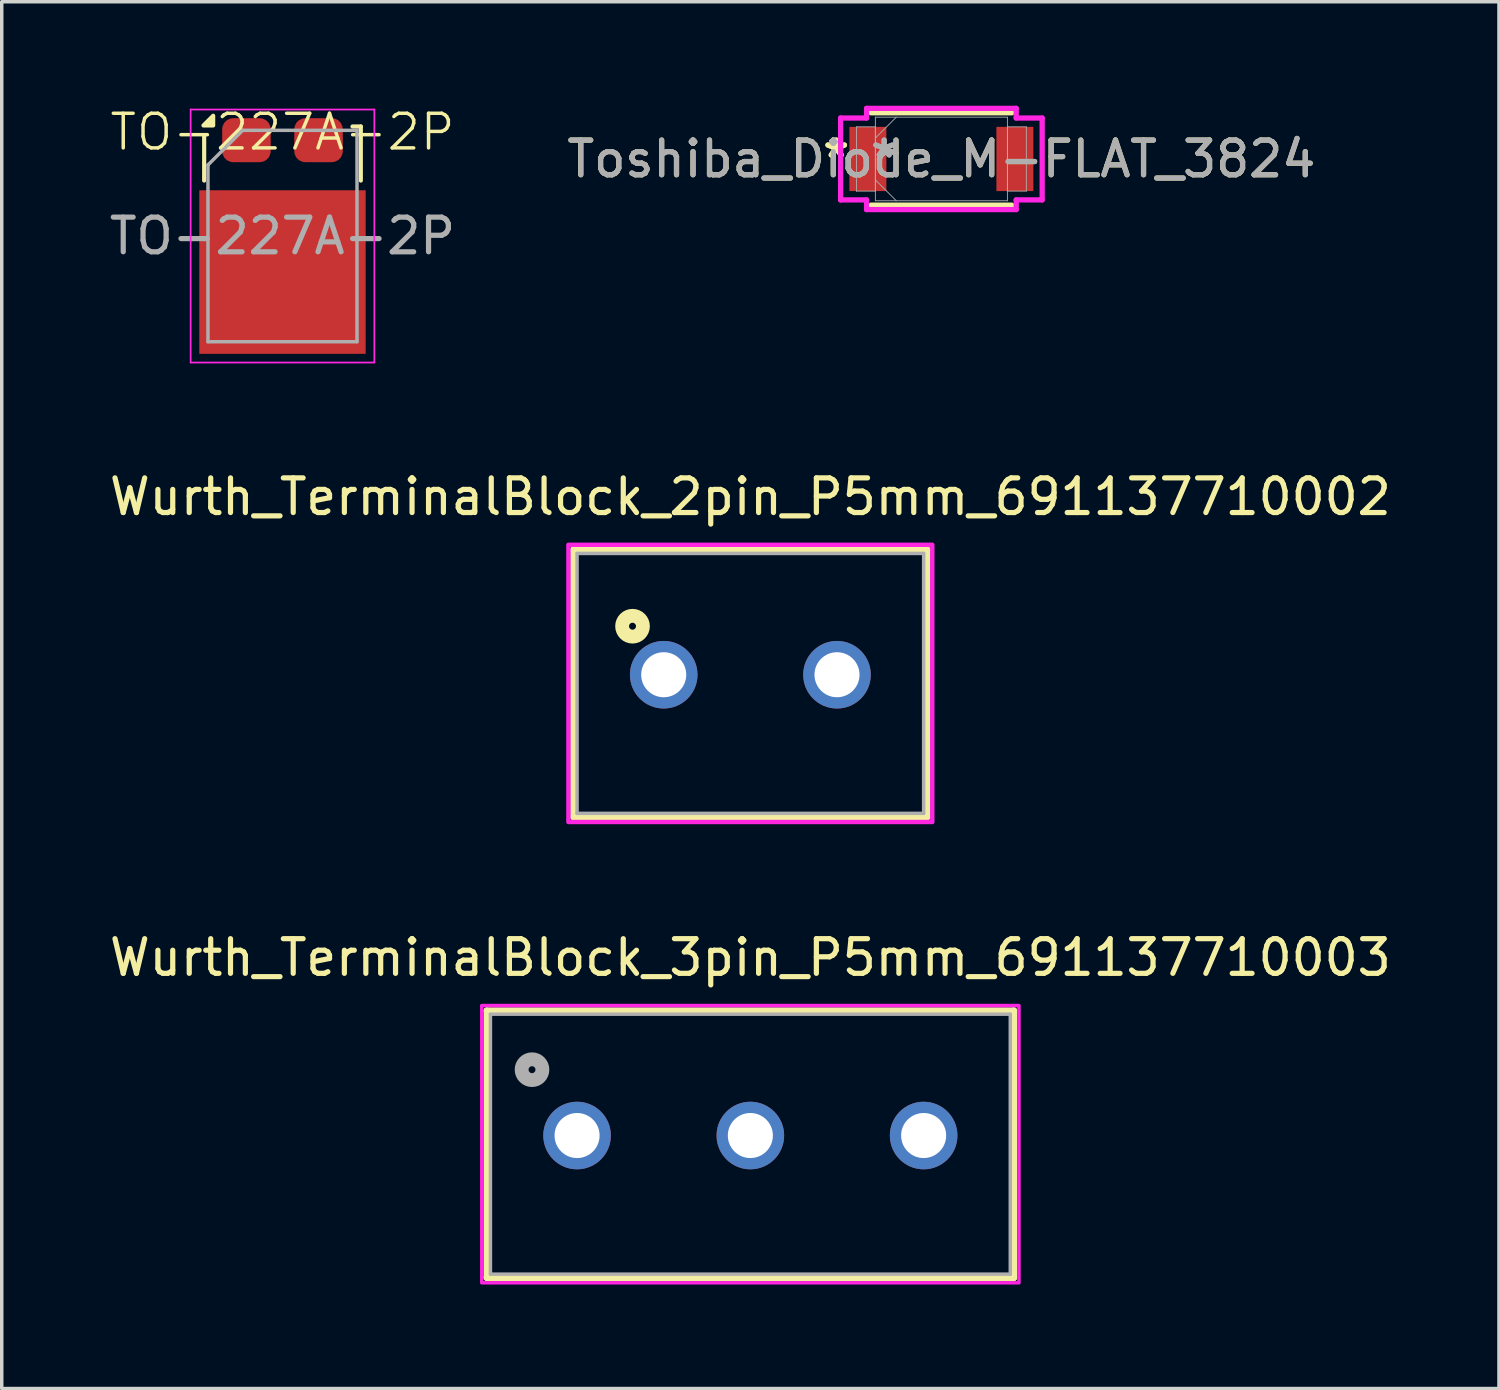
<source format=kicad_pcb>
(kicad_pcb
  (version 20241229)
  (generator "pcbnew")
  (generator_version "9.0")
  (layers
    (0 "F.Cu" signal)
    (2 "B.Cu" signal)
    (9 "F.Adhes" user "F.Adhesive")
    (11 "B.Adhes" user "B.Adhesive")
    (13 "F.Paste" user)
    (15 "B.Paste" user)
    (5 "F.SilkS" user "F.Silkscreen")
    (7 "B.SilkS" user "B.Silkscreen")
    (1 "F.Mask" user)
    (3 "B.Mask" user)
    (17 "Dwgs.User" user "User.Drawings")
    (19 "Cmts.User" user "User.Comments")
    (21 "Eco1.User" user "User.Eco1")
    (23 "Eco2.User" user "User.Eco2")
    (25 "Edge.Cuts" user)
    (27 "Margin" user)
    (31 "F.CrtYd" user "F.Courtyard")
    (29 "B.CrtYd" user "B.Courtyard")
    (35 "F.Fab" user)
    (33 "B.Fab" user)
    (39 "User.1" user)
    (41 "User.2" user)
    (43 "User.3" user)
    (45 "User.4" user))
  (footprint "Wurth_TerminalBlock_2pin_P5mm_691137710002"
    (layer "F.Cu")
    (at 18.601 16.419)
    (property "Reference" "Wurth_TerminalBlock_2pin_P5mm_691137710002" (at 0 -5.135 0) (layer "F.SilkS") (effects (font (size 1 1) (thickness 0.15))))
    (attr through_hole)
    (fp_line (start -5.1 -3.6) (end 5.1 -3.6) (stroke (width 0.2) (type solid)) (layer "F.SilkS"))
    (fp_line (start -5.1 4.1) (end -5.1 -3.6) (stroke (width 0.2) (type solid)) (layer "F.SilkS"))
    (fp_line (start 5.1 -3.6) (end 5.1 4.1) (stroke (width 0.2) (type solid)) (layer "F.SilkS"))
    (fp_line (start 5.1 4.1) (end -5.1 4.1) (stroke (width 0.2) (type solid)) (layer "F.SilkS"))
    (fp_circle (center -3.4 -1.4) (end -3.3 -1.4) (stroke (width 0.4) (type solid)) (fill no) (layer "F.SilkS"))
    (fp_poly (pts (xy -5.25 -3.75) (xy 5.25 -3.75) (xy 5.25 4.25) (xy -5.25 4.25)) (stroke (width 0.127) (type solid)) (fill no) (layer "F.CrtYd"))
    (fp_line (start -5 -3.5) (end 5 -3.5) (stroke (width 0.1) (type solid)) (layer "F.Fab"))
    (fp_line (start -5 4) (end -5 -3.5) (stroke (width 0.1) (type solid)) (layer "F.Fab"))
    (fp_line (start 5 -3.5) (end 5 4) (stroke (width 0.1) (type solid)) (layer "F.Fab"))
    (fp_line (start 5 4) (end -5 4) (stroke (width 0.1) (type solid)) (layer "F.Fab"))
    (pad "1" thru_hole circle (at -2.5 0) (size 1.95 1.95) (drill 1.3) (layers "*.Cu" "*.Mask"))
    (pad "2" thru_hole circle (at 2.5 0) (size 1.95 1.95) (drill 1.3) (layers "*.Cu" "*.Mask")))
  (footprint "Toshiba_Diode_M-FLAT_3824"
    (layer "F.Cu")
    (at 24.113 1.537)
    (property "Reference" "Toshiba_Diode_M-FLAT_3824" (at 0 0 0) (unlocked yes) (layer "F.SilkS") (effects (font (size 1 1) (thickness 0.15))))
    (attr smd)
    (fp_line (start -2.032 1.333) (end 2.032 1.333) (stroke (width 0.152) (type solid)) (layer "F.SilkS"))
    (fp_line (start 2.032 -1.333) (end -2.032 -1.333) (stroke (width 0.152) (type solid)) (layer "F.SilkS"))
    (fp_line (start -2.908 -1.181) (end -2.159 -1.181) (stroke (width 0.152) (type solid)) (layer "F.CrtYd"))
    (fp_line (start -2.908 1.181) (end -2.908 -1.181) (stroke (width 0.152) (type solid)) (layer "F.CrtYd"))
    (fp_line (start -2.159 -1.46) (end 2.159 -1.46) (stroke (width 0.152) (type solid)) (layer "F.CrtYd"))
    (fp_line (start -2.159 -1.181) (end -2.159 -1.46) (stroke (width 0.152) (type solid)) (layer "F.CrtYd"))
    (fp_line (start -2.159 1.181) (end -2.908 1.181) (stroke (width 0.152) (type solid)) (layer "F.CrtYd"))
    (fp_line (start -2.159 1.46) (end -2.159 1.181) (stroke (width 0.152) (type solid)) (layer "F.CrtYd"))
    (fp_line (start 2.159 -1.46) (end 2.159 -1.181) (stroke (width 0.152) (type solid)) (layer "F.CrtYd"))
    (fp_line (start 2.159 -1.181) (end 2.908 -1.181) (stroke (width 0.152) (type solid)) (layer "F.CrtYd"))
    (fp_line (start 2.159 1.181) (end 2.159 1.46) (stroke (width 0.152) (type solid)) (layer "F.CrtYd"))
    (fp_line (start 2.159 1.46) (end -2.159 1.46) (stroke (width 0.152) (type solid)) (layer "F.CrtYd"))
    (fp_line (start 2.908 -1.181) (end 2.908 1.181) (stroke (width 0.152) (type solid)) (layer "F.CrtYd"))
    (fp_line (start 2.908 1.181) (end 2.159 1.181) (stroke (width 0.152) (type solid)) (layer "F.CrtYd"))
    (fp_line (start -2.451 -0.927) (end -2.451 0.927) (stroke (width 0.025) (type solid)) (layer "F.Fab"))
    (fp_line (start -2.451 0.927) (end -1.905 0.927) (stroke (width 0.025) (type solid)) (layer "F.Fab"))
    (fp_line (start -1.905 -1.206) (end -1.905 1.206) (stroke (width 0.025) (type solid)) (layer "F.Fab"))
    (fp_line (start -1.905 -0.927) (end -2.451 -0.927) (stroke (width 0.025) (type solid)) (layer "F.Fab"))
    (fp_line (start -1.905 -0.603) (end -1.302 -1.206) (stroke (width 0.025) (type solid)) (layer "F.Fab"))
    (fp_line (start -1.905 0.603) (end -1.302 1.206) (stroke (width 0.025) (type solid)) (layer "F.Fab"))
    (fp_line (start -1.905 0.927) (end -1.905 -0.927) (stroke (width 0.025) (type solid)) (layer "F.Fab"))
    (fp_line (start -1.905 1.206) (end 1.905 1.206) (stroke (width 0.025) (type solid)) (layer "F.Fab"))
    (fp_line (start 1.905 -1.206) (end -1.905 -1.206) (stroke (width 0.025) (type solid)) (layer "F.Fab"))
    (fp_line (start 1.905 -0.927) (end 1.905 0.927) (stroke (width 0.025) (type solid)) (layer "F.Fab"))
    (fp_line (start 1.905 0.927) (end 2.451 0.927) (stroke (width 0.025) (type solid)) (layer "F.Fab"))
    (fp_line (start 1.905 1.206) (end 1.905 -1.206) (stroke (width 0.025) (type solid)) (layer "F.Fab"))
    (fp_line (start 2.451 -0.927) (end 1.905 -0.927) (stroke (width 0.025) (type solid)) (layer "F.Fab"))
    (fp_line (start 2.451 0.927) (end 2.451 -0.927) (stroke (width 0.025) (type solid)) (layer "F.Fab"))
    (fp_text user "*" (at -3.035 0 0) (layer "F.SilkS") (effects (font (size 1 1) (thickness 0.15))))
    (fp_text user "*" (at -3.035 0 0) (unlocked yes) (layer "F.SilkS") (effects (font (size 1 1) (thickness 0.15))))
    (fp_text user "${REFERENCE}" (at 0 0 0) (unlocked yes) (layer "F.Fab") (effects (font (size 1 1) (thickness 0.15))))
    (fp_text user "*" (at -1.651 0 0) (unlocked yes) (layer "F.Fab") (effects (font (size 1 1) (thickness 0.15))))
    (fp_text user "*" (at -1.651 0 0) (layer "F.Fab") (effects (font (size 1 1) (thickness 0.15))))
    (pad "1" smd rect (at -2.121 0) (size 1.067 1.854) (layers "F.Cu" "F.Mask" "F.Paste"))
    (pad "2" smd rect (at 2.121 0) (size 1.067 1.854) (layers "F.Cu" "F.Mask" "F.Paste"))
    (zone (net_name "") (layer "F.Cu") (hatch full 0.508) (connect_pads) (min_thickness 0.254) (filled_areas_thickness no) (keepout (tracks not_allowed) (vias not_allowed) (pads allowed) (copperpour not_allowed) (footprints allowed)) (placement (enabled no)) (fill) (polygon (pts (xy 22.576 0.381) (xy 25.65 0.381) (xy 25.65 2.692) (xy 22.576 2.692)))))
  (footprint "TO-227A-2P"
    (layer "F.Cu")
    (at 5.101 1.26)
    (property "Reference" "TO-227A-2P" (at 0 -0.5 0) (unlocked yes) (layer "F.SilkS") (effects (font (size 1 1) (thickness 0.1))))
    (attr smd)
    (fp_line (start -2.26 -0.37) (end -2.26 0.9) (stroke (width 0.12) (type solid)) (layer "F.SilkS"))
    (fp_line (start 2.26 -0.66) (end 2.02 -0.66) (stroke (width 0.12) (type solid)) (layer "F.SilkS"))
    (fp_line (start 2.26 -0.66) (end 2.26 0.9) (stroke (width 0.12) (type solid)) (layer "F.SilkS"))
    (fp_poly (pts (xy -2 -0.69) (xy -2.28 -0.69) (xy -2 -0.97) (xy -2 -0.69)) (stroke (width 0.12) (type solid)) (fill yes) (layer "F.SilkS"))
    (fp_line (start -2.65 -1.15) (end -2.65 6.15) (stroke (width 0.05) (type solid)) (layer "F.CrtYd"))
    (fp_line (start -2.65 -1.15) (end 2.65 -1.15) (stroke (width 0.05) (type solid)) (layer "F.CrtYd"))
    (fp_line (start 2.65 6.15) (end -2.65 6.15) (stroke (width 0.05) (type solid)) (layer "F.CrtYd"))
    (fp_line (start 2.65 6.15) (end 2.65 -1.15) (stroke (width 0.05) (type solid)) (layer "F.CrtYd"))
    (fp_line (start -2.15 0.45) (end -2.15 5.55) (stroke (width 0.1) (type solid)) (layer "F.Fab"))
    (fp_line (start -2.15 5.55) (end 2.15 5.55) (stroke (width 0.1) (type solid)) (layer "F.Fab"))
    (fp_line (start -1.15 -0.55) (end -2.15 0.45) (stroke (width 0.1) (type solid)) (layer "F.Fab"))
    (fp_line (start 2.15 -0.55) (end -1.15 -0.55) (stroke (width 0.1) (type solid)) (layer "F.Fab"))
    (fp_line (start 2.15 5.55) (end 2.15 -0.55) (stroke (width 0.1) (type solid)) (layer "F.Fab"))
    (fp_text user "${REFERENCE}" (at 0 2.5 0) (layer "F.Fab") (effects (font (size 1 1) (thickness 0.15))))
    (pad "" smd roundrect (at -1.7 1.85 180) (size 1.25 1.2) (layers "F.Paste") (roundrect_rratio 0.25))
    (pad "" smd roundrect (at -1.7 3.54 180) (size 1.25 1.2) (layers "F.Paste") (roundrect_rratio 0.25))
    (pad "" smd roundrect (at -1.7 5.2 180) (size 1.25 1.2) (layers "F.Paste") (roundrect_rratio 0.25))
    (pad "" smd roundrect (at 0 1.85 180) (size 1.25 1.2) (layers "F.Paste") (roundrect_rratio 0.25))
    (pad "" smd roundrect (at 0 3.54 180) (size 1.25 1.2) (layers "F.Paste") (roundrect_rratio 0.25))
    (pad "" smd roundrect (at 0 5.2 180) (size 1.25 1.2) (layers "F.Paste") (roundrect_rratio 0.25))
    (pad "" smd roundrect (at 1.7 1.85 180) (size 1.25 1.2) (layers "F.Paste") (roundrect_rratio 0.25))
    (pad "" smd roundrect (at 1.7 3.54 180) (size 1.25 1.2) (layers "F.Paste") (roundrect_rratio 0.25))
    (pad "" smd roundrect (at 1.7 5.2 180) (size 1.25 1.2) (layers "F.Paste") (roundrect_rratio 0.25))
    (pad "1" smd rect (at 0 3.54) (size 4.8 4.72) (layers "F.Cu" "F.Mask"))
    (pad "2" smd roundrect (at -1.04 -0.265) (size 1.4 1.27) (layers "F.Cu" "F.Mask" "F.Paste") (roundrect_rratio 0.25))
    (pad "2" smd roundrect (at 1.04 -0.265) (size 1.4 1.27) (layers "F.Cu" "F.Mask" "F.Paste") (roundrect_rratio 0.25)))
  (footprint "Wurth_TerminalBlock_3pin_P5mm_691137710003"
    (layer "F.Cu")
    (at 18.601 29.715)
    (property "Reference" "Wurth_TerminalBlock_3pin_P5mm_691137710003" (at 0 -5.135 0) (layer "F.SilkS") (effects (font (size 1 1) (thickness 0.15))))
    (attr through_hole)
    (fp_line (start -7.6 -3.6) (end 7.6 -3.6) (stroke (width 0.2) (type solid)) (layer "F.SilkS"))
    (fp_line (start -7.6 4.1) (end -7.6 -3.6) (stroke (width 0.2) (type solid)) (layer "F.SilkS"))
    (fp_line (start 7.6 -3.6) (end 7.6 4.1) (stroke (width 0.2) (type solid)) (layer "F.SilkS"))
    (fp_line (start 7.6 4.1) (end -7.6 4.1) (stroke (width 0.2) (type solid)) (layer "F.SilkS"))
    (fp_poly (pts (xy -7.75 -3.75) (xy 7.75 -3.75) (xy 7.75 4.25) (xy -7.75 4.25)) (stroke (width 0.1) (type solid)) (fill no) (layer "F.CrtYd"))
    (fp_line (start -7.5 -3.5) (end 7.5 -3.5) (stroke (width 0.1) (type solid)) (layer "F.Fab"))
    (fp_line (start -7.5 4) (end -7.5 -3.5) (stroke (width 0.1) (type solid)) (layer "F.Fab"))
    (fp_line (start 7.5 -3.5) (end 7.5 4) (stroke (width 0.1) (type solid)) (layer "F.Fab"))
    (fp_line (start 7.5 4) (end -7.5 4) (stroke (width 0.1) (type solid)) (layer "F.Fab"))
    (fp_circle (center -6.3 -1.9) (end -6.2 -1.9) (stroke (width 0.4) (type solid)) (fill no) (layer "F.Fab"))
    (pad "1" thru_hole circle (at -5 0) (size 1.95 1.95) (drill 1.3) (layers "*.Cu" "*.Mask"))
    (pad "2" thru_hole circle (at 0 0) (size 1.95 1.95) (drill 1.3) (layers "*.Cu" "*.Mask"))
    (pad "3" thru_hole circle (at 5 0) (size 1.95 1.95) (drill 1.3) (layers "*.Cu" "*.Mask")))
  (gr_rect
    (start -3 -3)
    (end 40.202 37.016)
    (stroke (width 0.1) (type default))
    (fill no)
    (layer "Edge.Cuts")))
</source>
